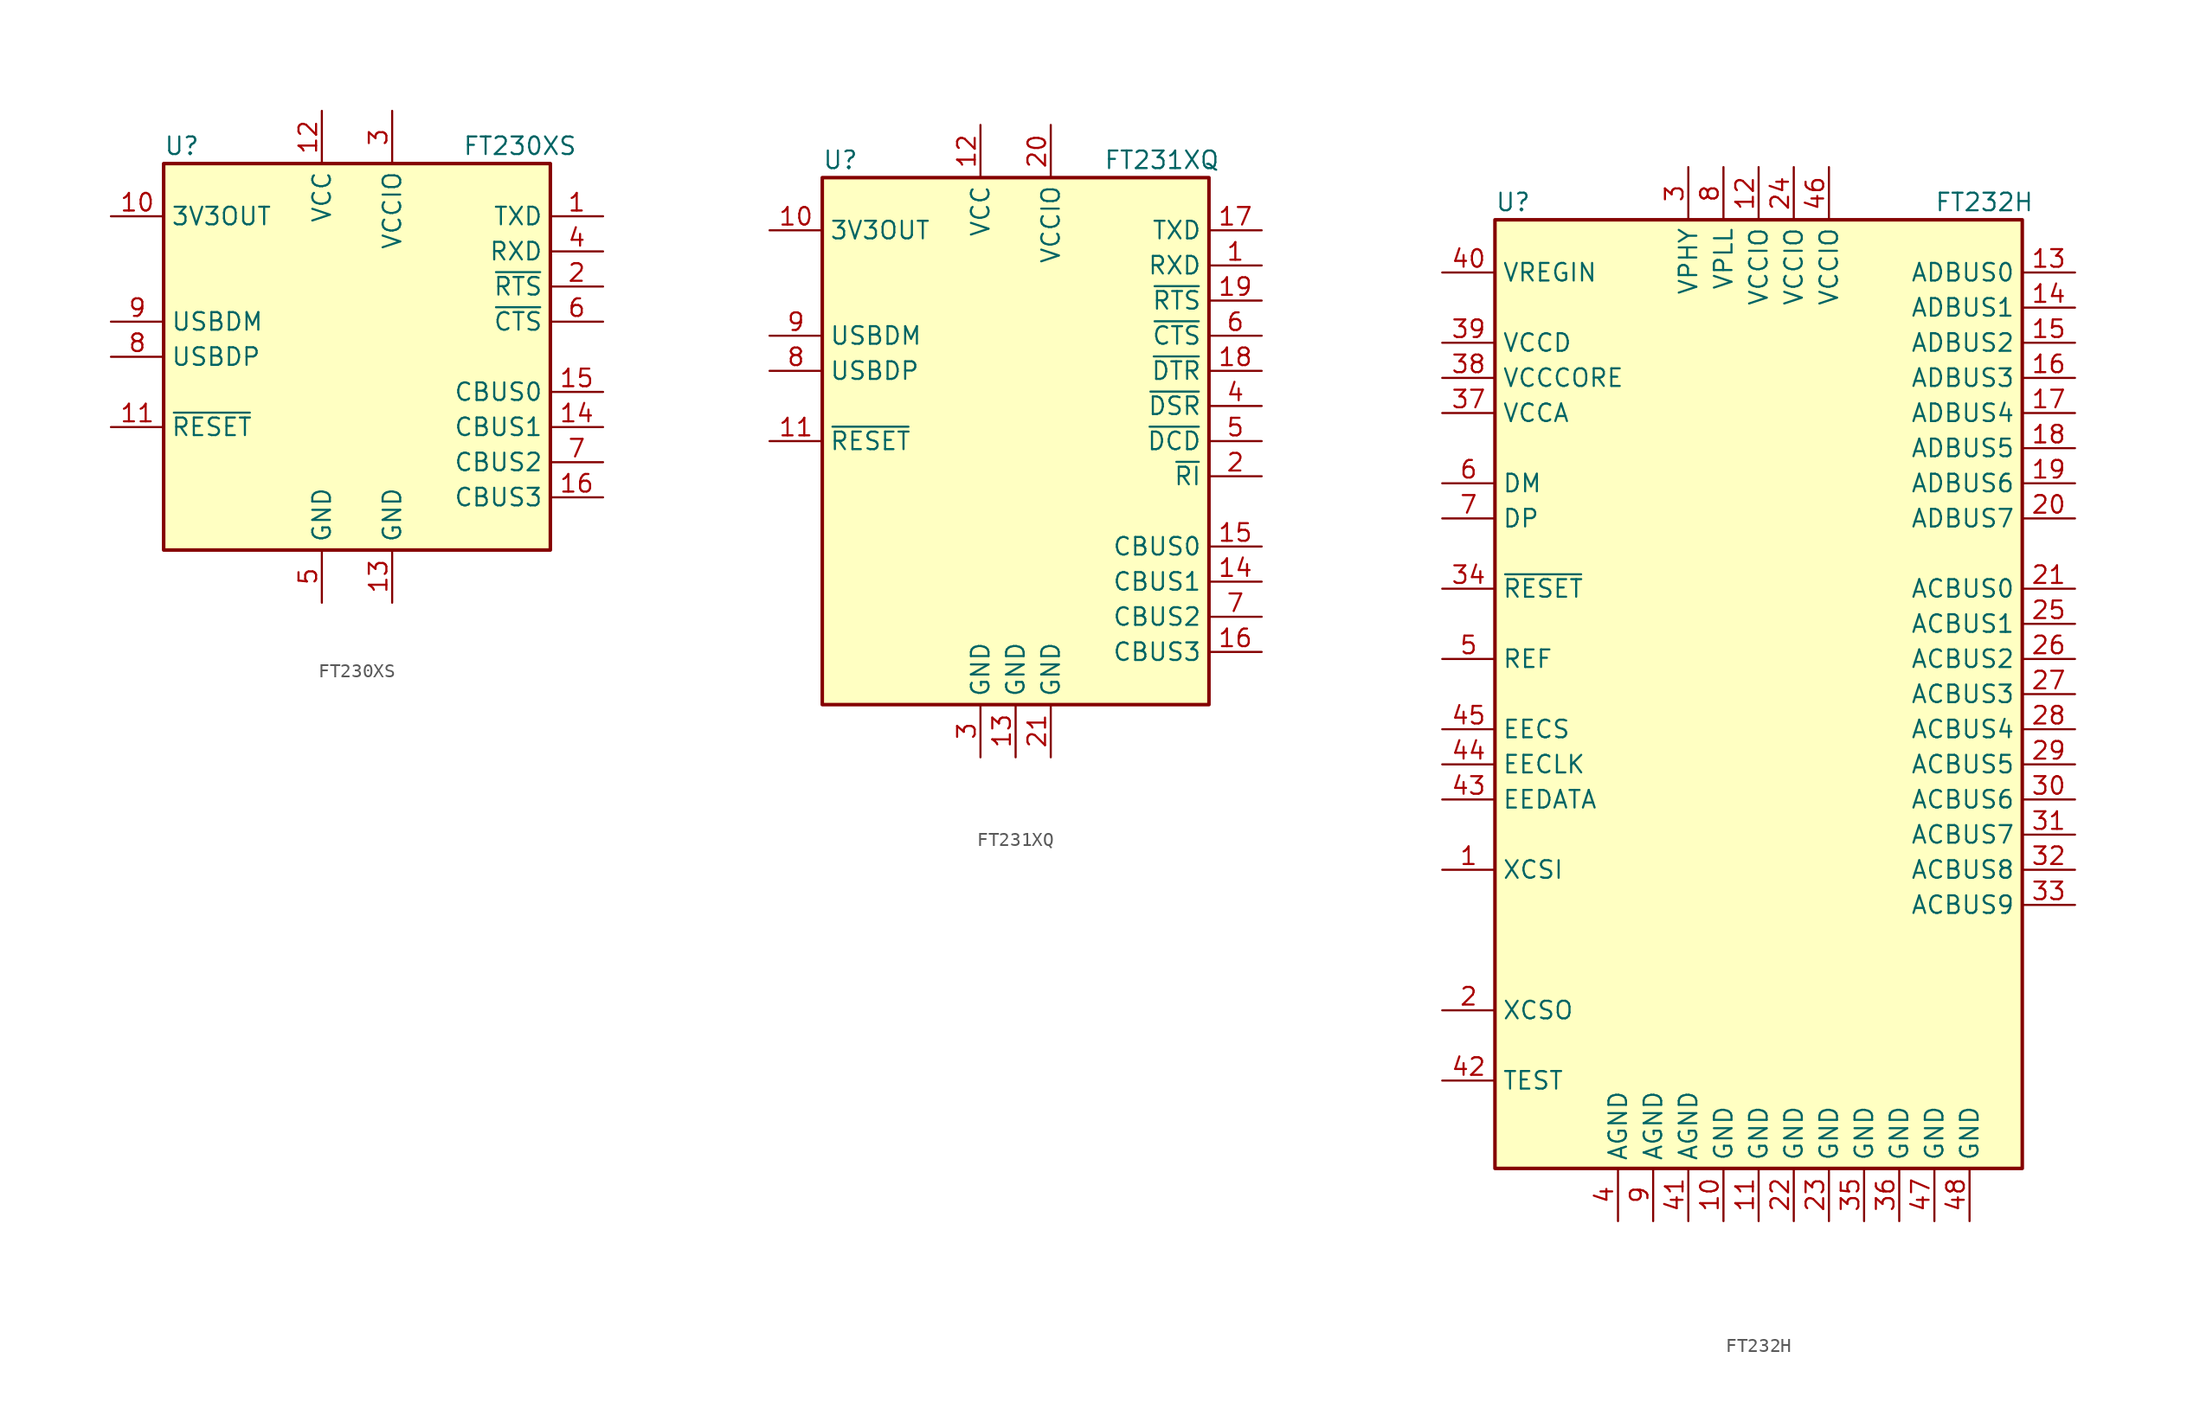
<source format=kicad_sym>
(kicad_symbol_lib
  (version 20241209)
  (generator "kicad_symbol_editor")
  (generator_version "9.0")
  (symbol "FT230XS"
    (property "Reference" "U"
      (at -13.97 15.24 0)
      (effects (font (size 1.27 1.27)) (justify left)))
    (property "Value" "FT230XS"
      (at 7.62 15.24 0)
      (effects (font (size 1.27 1.27)) (justify left)))
    (symbol "FT230XS_0_1"
      (rectangle (start -13.97 13.97) (end 13.97 -13.97) (stroke (width 0.254) (type default)) (fill (type background))))
    (symbol "FT230XS_1_1"
      (pin power_out line (at -17.78 10.16 0) (length 3.81) (name "3V3OUT" (effects (font (size 1.27 1.27)))) (number "10" (effects (font (size 1.27 1.27)))))
      (pin bidirectional line (at -17.78 2.54 0) (length 3.81) (name "USBDM" (effects (font (size 1.27 1.27)))) (number "9" (effects (font (size 1.27 1.27)))))
      (pin bidirectional line (at -17.78 0 0) (length 3.81) (name "USBDP" (effects (font (size 1.27 1.27)))) (number "8" (effects (font (size 1.27 1.27)))))
      (pin input line (at -17.78 -5.08 0) (length 3.81) (name "~{RESET}" (effects (font (size 1.27 1.27)))) (number "11" (effects (font (size 1.27 1.27)))))
      (pin power_in line (at -2.54 17.78 270) (length 3.81) (name "VCC" (effects (font (size 1.27 1.27)))) (number "12" (effects (font (size 1.27 1.27)))))
      (pin power_in line (at -2.54 -17.78 90) (length 3.81) (name "GND" (effects (font (size 1.27 1.27)))) (number "5" (effects (font (size 1.27 1.27)))))
      (pin power_in line (at 2.54 17.78 270) (length 3.81) (name "VCCIO" (effects (font (size 1.27 1.27)))) (number "3" (effects (font (size 1.27 1.27)))))
      (pin power_in line (at 2.54 -17.78 90) (length 3.81) (name "GND" (effects (font (size 1.27 1.27)))) (number "13" (effects (font (size 1.27 1.27)))))
      (pin output line (at 17.78 10.16 180) (length 3.81) (name "TXD" (effects (font (size 1.27 1.27)))) (number "1" (effects (font (size 1.27 1.27)))))
      (pin input line (at 17.78 7.62 180) (length 3.81) (name "RXD" (effects (font (size 1.27 1.27)))) (number "4" (effects (font (size 1.27 1.27)))))
      (pin output line (at 17.78 5.08 180) (length 3.81) (name "~{RTS}" (effects (font (size 1.27 1.27)))) (number "2" (effects (font (size 1.27 1.27)))))
      (pin input line (at 17.78 2.54 180) (length 3.81) (name "~{CTS}" (effects (font (size 1.27 1.27)))) (number "6" (effects (font (size 1.27 1.27)))))
      (pin bidirectional line (at 17.78 -2.54 180) (length 3.81) (name "CBUS0" (effects (font (size 1.27 1.27)))) (number "15" (effects (font (size 1.27 1.27)))))
      (pin bidirectional line (at 17.78 -5.08 180) (length 3.81) (name "CBUS1" (effects (font (size 1.27 1.27)))) (number "14" (effects (font (size 1.27 1.27)))))
      (pin bidirectional line (at 17.78 -7.62 180) (length 3.81) (name "CBUS2" (effects (font (size 1.27 1.27)))) (number "7" (effects (font (size 1.27 1.27)))))
      (pin bidirectional line (at 17.78 -10.16 180) (length 3.81) (name "CBUS3" (effects (font (size 1.27 1.27)))) (number "16" (effects (font (size 1.27 1.27)))))))
  (symbol "FT231XQ"
    (property "Reference" "U"
      (at -13.97 20.32 0)
      (effects (font (size 1.27 1.27)) (justify left)))
    (property "Value" "FT231XQ"
      (at 6.35 20.32 0)
      (effects (font (size 1.27 1.27)) (justify left)))
    (symbol "FT231XQ_0_1"
      (rectangle (start -13.97 19.05) (end 13.97 -19.05) (stroke (width 0.254) (type default)) (fill (type background))))
    (symbol "FT231XQ_1_1"
      (pin power_out line (at -17.78 15.24 0) (length 3.81) (name "3V3OUT" (effects (font (size 1.27 1.27)))) (number "10" (effects (font (size 1.27 1.27)))))
      (pin bidirectional line (at -17.78 7.62 0) (length 3.81) (name "USBDM" (effects (font (size 1.27 1.27)))) (number "9" (effects (font (size 1.27 1.27)))))
      (pin bidirectional line (at -17.78 5.08 0) (length 3.81) (name "USBDP" (effects (font (size 1.27 1.27)))) (number "8" (effects (font (size 1.27 1.27)))))
      (pin input line (at -17.78 0 0) (length 3.81) (name "~{RESET}" (effects (font (size 1.27 1.27)))) (number "11" (effects (font (size 1.27 1.27)))))
      (pin power_in line (at -2.54 22.86 270) (length 3.81) (name "VCC" (effects (font (size 1.27 1.27)))) (number "12" (effects (font (size 1.27 1.27)))))
      (pin power_in line (at -2.54 -22.86 90) (length 3.81) (name "GND" (effects (font (size 1.27 1.27)))) (number "3" (effects (font (size 1.27 1.27)))))
      (pin power_in line (at 0 -22.86 90) (length 3.81) (name "GND" (effects (font (size 1.27 1.27)))) (number "13" (effects (font (size 1.27 1.27)))))
      (pin power_in line (at 2.54 22.86 270) (length 3.81) (name "VCCIO" (effects (font (size 1.27 1.27)))) (number "20" (effects (font (size 1.27 1.27)))))
      (pin power_in line (at 2.54 -22.86 90) (length 3.81) (name "GND" (effects (font (size 1.27 1.27)))) (number "21" (effects (font (size 1.27 1.27)))))
      (pin output line (at 17.78 15.24 180) (length 3.81) (name "TXD" (effects (font (size 1.27 1.27)))) (number "17" (effects (font (size 1.27 1.27)))))
      (pin input line (at 17.78 12.7 180) (length 3.81) (name "RXD" (effects (font (size 1.27 1.27)))) (number "1" (effects (font (size 1.27 1.27)))))
      (pin output line (at 17.78 10.16 180) (length 3.81) (name "~{RTS}" (effects (font (size 1.27 1.27)))) (number "19" (effects (font (size 1.27 1.27)))))
      (pin input line (at 17.78 7.62 180) (length 3.81) (name "~{CTS}" (effects (font (size 1.27 1.27)))) (number "6" (effects (font (size 1.27 1.27)))))
      (pin output line (at 17.78 5.08 180) (length 3.81) (name "~{DTR}" (effects (font (size 1.27 1.27)))) (number "18" (effects (font (size 1.27 1.27)))))
      (pin input line (at 17.78 2.54 180) (length 3.81) (name "~{DSR}" (effects (font (size 1.27 1.27)))) (number "4" (effects (font (size 1.27 1.27)))))
      (pin input line (at 17.78 0 180) (length 3.81) (name "~{DCD}" (effects (font (size 1.27 1.27)))) (number "5" (effects (font (size 1.27 1.27)))))
      (pin input line (at 17.78 -2.54 180) (length 3.81) (name "~{RI}" (effects (font (size 1.27 1.27)))) (number "2" (effects (font (size 1.27 1.27)))))
      (pin bidirectional line (at 17.78 -7.62 180) (length 3.81) (name "CBUS0" (effects (font (size 1.27 1.27)))) (number "15" (effects (font (size 1.27 1.27)))))
      (pin bidirectional line (at 17.78 -10.16 180) (length 3.81) (name "CBUS1" (effects (font (size 1.27 1.27)))) (number "14" (effects (font (size 1.27 1.27)))))
      (pin bidirectional line (at 17.78 -12.7 180) (length 3.81) (name "CBUS2" (effects (font (size 1.27 1.27)))) (number "7" (effects (font (size 1.27 1.27)))))
      (pin bidirectional line (at 17.78 -15.24 180) (length 3.81) (name "CBUS3" (effects (font (size 1.27 1.27)))) (number "16" (effects (font (size 1.27 1.27)))))))
  (symbol "FT232H"
    (property "Reference" "U"
      (at -19.05 35.56 0)
      (effects (font (size 1.27 1.27)) (justify left)))
    (property "Value" "FT232H"
      (at 12.7 35.56 0)
      (effects (font (size 1.27 1.27)) (justify left)))
    (symbol "FT232H_0_1"
      (rectangle (start -19.05 34.29) (end 19.05 -34.29) (stroke (width 0.254) (type default)) (fill (type background))))
    (symbol "FT232H_1_1"
      (pin power_in line (at -22.86 30.48 0) (length 3.81) (name "VREGIN" (effects (font (size 1.27 1.27)))) (number "40" (effects (font (size 1.27 1.27)))))
      (pin power_in line (at -22.86 25.4 0) (length 3.81) (name "VCCD" (effects (font (size 1.27 1.27)))) (number "39" (effects (font (size 1.27 1.27)))))
      (pin power_out line (at -22.86 22.86 0) (length 3.81) (name "VCCCORE" (effects (font (size 1.27 1.27)))) (number "38" (effects (font (size 1.27 1.27)))))
      (pin power_out line (at -22.86 20.32 0) (length 3.81) (name "VCCA" (effects (font (size 1.27 1.27)))) (number "37" (effects (font (size 1.27 1.27)))))
      (pin bidirectional line (at -22.86 15.24 0) (length 3.81) (name "DM" (effects (font (size 1.27 1.27)))) (number "6" (effects (font (size 1.27 1.27)))))
      (pin bidirectional line (at -22.86 12.7 0) (length 3.81) (name "DP" (effects (font (size 1.27 1.27)))) (number "7" (effects (font (size 1.27 1.27)))))
      (pin input line (at -22.86 7.62 0) (length 3.81) (name "~{RESET}" (effects (font (size 1.27 1.27)))) (number "34" (effects (font (size 1.27 1.27)))))
      (pin input line (at -22.86 2.54 0) (length 3.81) (name "REF" (effects (font (size 1.27 1.27)))) (number "5" (effects (font (size 1.27 1.27)))))
      (pin input line (at -22.86 -2.54 0) (length 3.81) (name "EECS" (effects (font (size 1.27 1.27)))) (number "45" (effects (font (size 1.27 1.27)))))
      (pin input line (at -22.86 -5.08 0) (length 3.81) (name "EECLK" (effects (font (size 1.27 1.27)))) (number "44" (effects (font (size 1.27 1.27)))))
      (pin bidirectional line (at -22.86 -7.62 0) (length 3.81) (name "EEDATA" (effects (font (size 1.27 1.27)))) (number "43" (effects (font (size 1.27 1.27)))))
      (pin input line (at -22.86 -12.7 0) (length 3.81) (name "XCSI" (effects (font (size 1.27 1.27)))) (number "1" (effects (font (size 1.27 1.27)))))
      (pin output line (at -22.86 -22.86 0) (length 3.81) (name "XCSO" (effects (font (size 1.27 1.27)))) (number "2" (effects (font (size 1.27 1.27)))))
      (pin input line (at -22.86 -27.94 0) (length 3.81) (name "TEST" (effects (font (size 1.27 1.27)))) (number "42" (effects (font (size 1.27 1.27)))))
      (pin power_in line (at -10.16 -38.1 90) (length 3.81) (name "AGND" (effects (font (size 1.27 1.27)))) (number "4" (effects (font (size 1.27 1.27)))))
      (pin power_in line (at -7.62 -38.1 90) (length 3.81) (name "AGND" (effects (font (size 1.27 1.27)))) (number "9" (effects (font (size 1.27 1.27)))))
      (pin power_in line (at -5.08 38.1 270) (length 3.81) (name "VPHY" (effects (font (size 1.27 1.27)))) (number "3" (effects (font (size 1.27 1.27)))))
      (pin power_in line (at -5.08 -38.1 90) (length 3.81) (name "AGND" (effects (font (size 1.27 1.27)))) (number "41" (effects (font (size 1.27 1.27)))))
      (pin power_in line (at -2.54 38.1 270) (length 3.81) (name "VPLL" (effects (font (size 1.27 1.27)))) (number "8" (effects (font (size 1.27 1.27)))))
      (pin power_in line (at -2.54 -38.1 90) (length 3.81) (name "GND" (effects (font (size 1.27 1.27)))) (number "10" (effects (font (size 1.27 1.27)))))
      (pin power_in line (at 0 38.1 270) (length 3.81) (name "VCCIO" (effects (font (size 1.27 1.27)))) (number "12" (effects (font (size 1.27 1.27)))))
      (pin power_in line (at 0 -38.1 90) (length 3.81) (name "GND" (effects (font (size 1.27 1.27)))) (number "11" (effects (font (size 1.27 1.27)))))
      (pin power_in line (at 2.54 38.1 270) (length 3.81) (name "VCCIO" (effects (font (size 1.27 1.27)))) (number "24" (effects (font (size 1.27 1.27)))))
      (pin power_in line (at 2.54 -38.1 90) (length 3.81) (name "GND" (effects (font (size 1.27 1.27)))) (number "22" (effects (font (size 1.27 1.27)))))
      (pin power_in line (at 5.08 38.1 270) (length 3.81) (name "VCCIO" (effects (font (size 1.27 1.27)))) (number "46" (effects (font (size 1.27 1.27)))))
      (pin power_in line (at 5.08 -38.1 90) (length 3.81) (name "GND" (effects (font (size 1.27 1.27)))) (number "23" (effects (font (size 1.27 1.27)))))
      (pin power_in line (at 7.62 -38.1 90) (length 3.81) (name "GND" (effects (font (size 1.27 1.27)))) (number "35" (effects (font (size 1.27 1.27)))))
      (pin power_in line (at 10.16 -38.1 90) (length 3.81) (name "GND" (effects (font (size 1.27 1.27)))) (number "36" (effects (font (size 1.27 1.27)))))
      (pin power_in line (at 12.7 -38.1 90) (length 3.81) (name "GND" (effects (font (size 1.27 1.27)))) (number "47" (effects (font (size 1.27 1.27)))))
      (pin power_in line (at 15.24 -38.1 90) (length 3.81) (name "GND" (effects (font (size 1.27 1.27)))) (number "48" (effects (font (size 1.27 1.27)))))
      (pin bidirectional line (at 22.86 30.48 180) (length 3.81) (name "ADBUS0" (effects (font (size 1.27 1.27)))) (number "13" (effects (font (size 1.27 1.27)))))
      (pin bidirectional line (at 22.86 27.94 180) (length 3.81) (name "ADBUS1" (effects (font (size 1.27 1.27)))) (number "14" (effects (font (size 1.27 1.27)))))
      (pin bidirectional line (at 22.86 25.4 180) (length 3.81) (name "ADBUS2" (effects (font (size 1.27 1.27)))) (number "15" (effects (font (size 1.27 1.27)))))
      (pin bidirectional line (at 22.86 22.86 180) (length 3.81) (name "ADBUS3" (effects (font (size 1.27 1.27)))) (number "16" (effects (font (size 1.27 1.27)))))
      (pin bidirectional line (at 22.86 20.32 180) (length 3.81) (name "ADBUS4" (effects (font (size 1.27 1.27)))) (number "17" (effects (font (size 1.27 1.27)))))
      (pin bidirectional line (at 22.86 17.78 180) (length 3.81) (name "ADBUS5" (effects (font (size 1.27 1.27)))) (number "18" (effects (font (size 1.27 1.27)))))
      (pin bidirectional line (at 22.86 15.24 180) (length 3.81) (name "ADBUS6" (effects (font (size 1.27 1.27)))) (number "19" (effects (font (size 1.27 1.27)))))
      (pin bidirectional line (at 22.86 12.7 180) (length 3.81) (name "ADBUS7" (effects (font (size 1.27 1.27)))) (number "20" (effects (font (size 1.27 1.27)))))
      (pin bidirectional line (at 22.86 7.62 180) (length 3.81) (name "ACBUS0" (effects (font (size 1.27 1.27)))) (number "21" (effects (font (size 1.27 1.27)))))
      (pin bidirectional line (at 22.86 5.08 180) (length 3.81) (name "ACBUS1" (effects (font (size 1.27 1.27)))) (number "25" (effects (font (size 1.27 1.27)))))
      (pin bidirectional line (at 22.86 2.54 180) (length 3.81) (name "ACBUS2" (effects (font (size 1.27 1.27)))) (number "26" (effects (font (size 1.27 1.27)))))
      (pin bidirectional line (at 22.86 0 180) (length 3.81) (name "ACBUS3" (effects (font (size 1.27 1.27)))) (number "27" (effects (font (size 1.27 1.27)))))
      (pin bidirectional line (at 22.86 -2.54 180) (length 3.81) (name "ACBUS4" (effects (font (size 1.27 1.27)))) (number "28" (effects (font (size 1.27 1.27)))))
      (pin bidirectional line (at 22.86 -5.08 180) (length 3.81) (name "ACBUS5" (effects (font (size 1.27 1.27)))) (number "29" (effects (font (size 1.27 1.27)))))
      (pin bidirectional line (at 22.86 -7.62 180) (length 3.81) (name "ACBUS6" (effects (font (size 1.27 1.27)))) (number "30" (effects (font (size 1.27 1.27)))))
      (pin bidirectional line (at 22.86 -10.16 180) (length 3.81) (name "ACBUS7" (effects (font (size 1.27 1.27)))) (number "31" (effects (font (size 1.27 1.27)))))
      (pin bidirectional line (at 22.86 -12.7 180) (length 3.81) (name "ACBUS8" (effects (font (size 1.27 1.27)))) (number "32" (effects (font (size 1.27 1.27)))))
      (pin bidirectional line (at 22.86 -15.24 180) (length 3.81) (name "ACBUS9" (effects (font (size 1.27 1.27)))) (number "33" (effects (font (size 1.27 1.27))))))))
</source>
